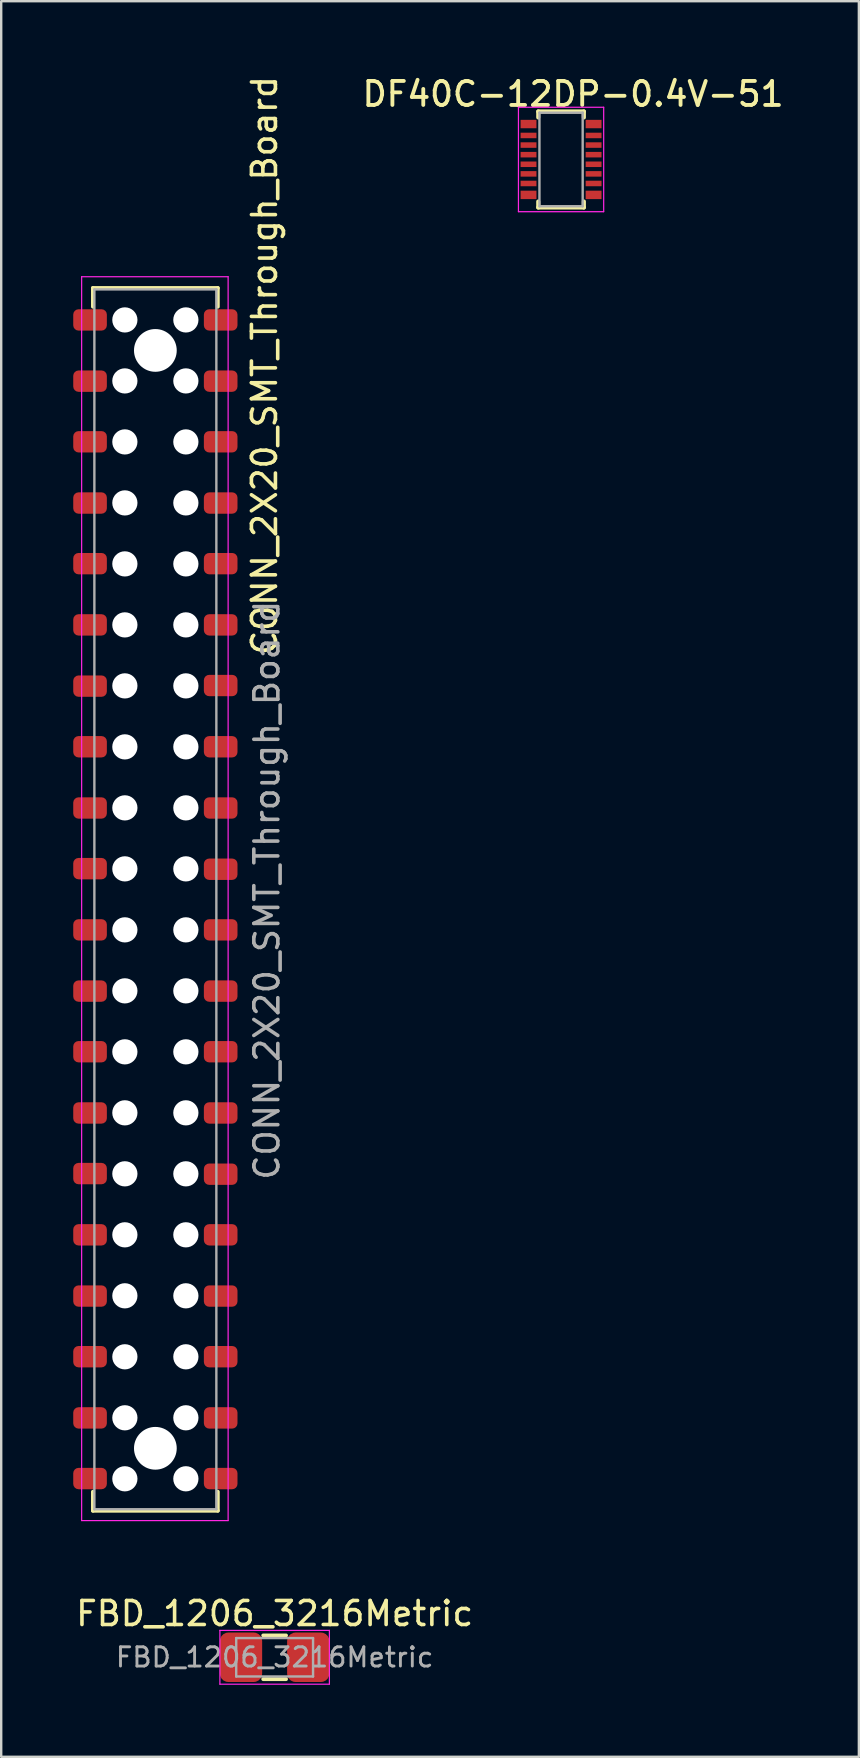
<source format=kicad_pcb>
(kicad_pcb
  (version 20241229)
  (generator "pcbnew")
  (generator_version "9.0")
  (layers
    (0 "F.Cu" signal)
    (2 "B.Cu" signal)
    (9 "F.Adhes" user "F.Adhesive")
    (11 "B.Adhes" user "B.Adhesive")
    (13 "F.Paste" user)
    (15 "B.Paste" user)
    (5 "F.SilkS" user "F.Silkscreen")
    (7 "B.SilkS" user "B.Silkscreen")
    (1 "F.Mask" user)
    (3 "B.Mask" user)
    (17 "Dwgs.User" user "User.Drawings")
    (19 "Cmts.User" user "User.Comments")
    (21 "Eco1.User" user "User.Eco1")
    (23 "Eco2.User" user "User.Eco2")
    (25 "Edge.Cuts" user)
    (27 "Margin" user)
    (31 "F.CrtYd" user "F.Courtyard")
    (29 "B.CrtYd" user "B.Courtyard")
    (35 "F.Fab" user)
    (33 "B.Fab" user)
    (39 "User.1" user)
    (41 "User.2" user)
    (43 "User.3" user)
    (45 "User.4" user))
  (footprint "CONN_2X20_SMT_Through_Board"
    (layer "F.Cu")
    (at 4.69 10.273)
    (property "Reference" "CONN_2X20_SMT_Through_Board" (at 3.275 1.9 90) (layer "F.SilkS") (effects (font (size 1 1) (thickness 0.15))))
    (attr through_hole)
    (fp_line (start -3.87 -1.33) (end -3.87 -0.55) (stroke (width 0.16) (type solid)) (layer "F.SilkS"))
    (fp_line (start -3.87 -1.33) (end 1.33 -1.33) (stroke (width 0.16) (type solid)) (layer "F.SilkS"))
    (fp_line (start -3.87 48.8) (end -3.87 49.59) (stroke (width 0.16) (type solid)) (layer "F.SilkS"))
    (fp_line (start -3.87 49.59) (end 1.33 49.59) (stroke (width 0.16) (type solid)) (layer "F.SilkS"))
    (fp_line (start 1.33 -1.33) (end 1.33 -0.55) (stroke (width 0.16) (type solid)) (layer "F.SilkS"))
    (fp_line (start 1.33 48.8) (end 1.33 49.59) (stroke (width 0.16) (type solid)) (layer "F.SilkS"))
    (fp_line (start -4.34 -1.8) (end 1.76 -1.8) (stroke (width 0.05) (type solid)) (layer "F.CrtYd"))
    (fp_line (start -4.34 50) (end -4.34 -1.8) (stroke (width 0.05) (type solid)) (layer "F.CrtYd"))
    (fp_line (start 1.76 -1.8) (end 1.76 50) (stroke (width 0.05) (type solid)) (layer "F.CrtYd"))
    (fp_line (start 1.76 50) (end -4.34 50) (stroke (width 0.05) (type solid)) (layer "F.CrtYd"))
    (fp_line (start -3.81 -1.27) (end 1.275 -1.27) (stroke (width 0.1) (type solid)) (layer "F.Fab"))
    (fp_line (start -3.81 49.53) (end -3.81 -1.27) (stroke (width 0.1) (type solid)) (layer "F.Fab"))
    (fp_line (start 1.27 -1.27) (end 1.27 49.53) (stroke (width 0.1) (type solid)) (layer "F.Fab"))
    (fp_line (start 1.27 49.53) (end -3.81 49.53) (stroke (width 0.1) (type solid)) (layer "F.Fab"))
    (fp_text user "${REFERENCE}" (at 3.375 23.75 90) (layer "F.Fab") (effects (font (size 1 1) (thickness 0.15))))
    (pad "" np_thru_hole circle (at -2.54 0) (size 1.05 1.05) (drill 1.05) (layers "*.Cu" "*.Mask"))
    (pad "" np_thru_hole circle (at -2.54 2.54) (size 1.05 1.05) (drill 1.05) (layers "*.Cu" "*.Mask"))
    (pad "" np_thru_hole circle (at -2.54 5.08) (size 1.05 1.05) (drill 1.05) (layers "*.Cu" "*.Mask"))
    (pad "" np_thru_hole circle (at -2.54 7.62) (size 1.05 1.05) (drill 1.05) (layers "*.Cu" "*.Mask"))
    (pad "" np_thru_hole circle (at -2.54 10.16) (size 1.05 1.05) (drill 1.05) (layers "*.Cu" "*.Mask"))
    (pad "" np_thru_hole circle (at -2.54 12.7) (size 1.05 1.05) (drill 1.05) (layers "*.Cu" "*.Mask"))
    (pad "" np_thru_hole circle (at -2.54 15.24) (size 1.05 1.05) (drill 1.05) (layers "*.Cu" "*.Mask"))
    (pad "" np_thru_hole circle (at -2.54 17.78) (size 1.05 1.05) (drill 1.05) (layers "*.Cu" "*.Mask"))
    (pad "" np_thru_hole circle (at -2.54 20.32) (size 1.05 1.05) (drill 1.05) (layers "*.Cu" "*.Mask"))
    (pad "" np_thru_hole circle (at -2.54 22.86) (size 1.05 1.05) (drill 1.05) (layers "*.Cu" "*.Mask"))
    (pad "" np_thru_hole circle (at -2.54 25.4) (size 1.05 1.05) (drill 1.05) (layers "*.Cu" "*.Mask"))
    (pad "" np_thru_hole circle (at -2.54 27.94) (size 1.05 1.05) (drill 1.05) (layers "*.Cu" "*.Mask"))
    (pad "" np_thru_hole circle (at -2.54 30.48) (size 1.05 1.05) (drill 1.05) (layers "*.Cu" "*.Mask"))
    (pad "" np_thru_hole circle (at -2.54 33.02) (size 1.05 1.05) (drill 1.05) (layers "*.Cu" "*.Mask"))
    (pad "" np_thru_hole circle (at -2.54 35.56) (size 1.05 1.05) (drill 1.05) (layers "*.Cu" "*.Mask"))
    (pad "" np_thru_hole circle (at -2.54 38.1) (size 1.05 1.05) (drill 1.05) (layers "*.Cu" "*.Mask"))
    (pad "" np_thru_hole circle (at -2.54 40.64) (size 1.05 1.05) (drill 1.05) (layers "*.Cu" "*.Mask"))
    (pad "" np_thru_hole circle (at -2.54 43.18) (size 1.05 1.05) (drill 1.05) (layers "*.Cu" "*.Mask"))
    (pad "" np_thru_hole circle (at -2.54 45.72) (size 1.05 1.05) (drill 1.05) (layers "*.Cu" "*.Mask"))
    (pad "" np_thru_hole circle (at -2.54 48.26) (size 1.05 1.05) (drill 1.05) (layers "*.Cu" "*.Mask"))
    (pad "" np_thru_hole circle (at -1.27 1.27 180) (size 1.78 1.78) (drill 1.78) (layers "*.Cu" "*.Mask"))
    (pad "" np_thru_hole circle (at -1.27 46.99 180) (size 1.78 1.78) (drill 1.78) (layers "*.Cu" "*.Mask"))
    (pad "" np_thru_hole circle (at 0 0) (size 1.05 1.05) (drill 1.05) (layers "*.Cu" "*.Mask"))
    (pad "" np_thru_hole circle (at 0 2.54) (size 1.05 1.05) (drill 1.05) (layers "*.Cu" "*.Mask"))
    (pad "" np_thru_hole circle (at 0 5.08) (size 1.05 1.05) (drill 1.05) (layers "*.Cu" "*.Mask"))
    (pad "" np_thru_hole circle (at 0 7.62) (size 1.05 1.05) (drill 1.05) (layers "*.Cu" "*.Mask"))
    (pad "" np_thru_hole circle (at 0 10.16) (size 1.05 1.05) (drill 1.05) (layers "*.Cu" "*.Mask"))
    (pad "" np_thru_hole circle (at 0 12.7) (size 1.05 1.05) (drill 1.05) (layers "*.Cu" "*.Mask"))
    (pad "" np_thru_hole circle (at 0 15.24) (size 1.05 1.05) (drill 1.05) (layers "*.Cu" "*.Mask"))
    (pad "" np_thru_hole circle (at 0 17.78) (size 1.05 1.05) (drill 1.05) (layers "*.Cu" "*.Mask"))
    (pad "" np_thru_hole circle (at 0 20.32) (size 1.05 1.05) (drill 1.05) (layers "*.Cu" "*.Mask"))
    (pad "" np_thru_hole circle (at 0 22.86) (size 1.05 1.05) (drill 1.05) (layers "*.Cu" "*.Mask"))
    (pad "" np_thru_hole circle (at 0 25.4) (size 1.05 1.05) (drill 1.05) (layers "*.Cu" "*.Mask"))
    (pad "" np_thru_hole circle (at 0 27.94) (size 1.05 1.05) (drill 1.05) (layers "*.Cu" "*.Mask"))
    (pad "" np_thru_hole circle (at 0 30.48) (size 1.05 1.05) (drill 1.05) (layers "*.Cu" "*.Mask"))
    (pad "" np_thru_hole circle (at 0 33.02) (size 1.05 1.05) (drill 1.05) (layers "*.Cu" "*.Mask"))
    (pad "" np_thru_hole circle (at 0 35.56) (size 1.05 1.05) (drill 1.05) (layers "*.Cu" "*.Mask"))
    (pad "" np_thru_hole circle (at 0 38.1) (size 1.05 1.05) (drill 1.05) (layers "*.Cu" "*.Mask"))
    (pad "" np_thru_hole circle (at 0 40.64) (size 1.05 1.05) (drill 1.05) (layers "*.Cu" "*.Mask"))
    (pad "" np_thru_hole circle (at 0 43.18) (size 1.05 1.05) (drill 1.05) (layers "*.Cu" "*.Mask"))
    (pad "" np_thru_hole circle (at 0 45.72) (size 1.05 1.05) (drill 1.05) (layers "*.Cu" "*.Mask"))
    (pad "" np_thru_hole circle (at 0 48.26) (size 1.05 1.05) (drill 1.05) (layers "*.Cu" "*.Mask"))
    (pad "1" smd roundrect (at -3.99 0) (size 1.4 0.89) (layers "F.Cu" "F.Mask" "F.Paste") (roundrect_rratio 0.25))
    (pad "2" smd roundrect (at 1.45 0) (size 1.4 0.89) (layers "F.Cu" "F.Mask" "F.Paste") (roundrect_rratio 0.25))
    (pad "3" smd roundrect (at -3.99 2.55) (size 1.4 0.89) (layers "F.Cu" "F.Mask" "F.Paste") (roundrect_rratio 0.25))
    (pad "4" smd roundrect (at 1.45 2.55) (size 1.4 0.89) (layers "F.Cu" "F.Mask" "F.Paste") (roundrect_rratio 0.25))
    (pad "5" smd roundrect (at -3.99 5.075) (size 1.4 0.89) (layers "F.Cu" "F.Mask" "F.Paste") (roundrect_rratio 0.25))
    (pad "6" smd roundrect (at 1.45 5.075) (size 1.4 0.89) (layers "F.Cu" "F.Mask" "F.Paste") (roundrect_rratio 0.25))
    (pad "7" smd roundrect (at -3.99 7.625) (size 1.4 0.89) (layers "F.Cu" "F.Mask" "F.Paste") (roundrect_rratio 0.25))
    (pad "8" smd roundrect (at 1.45 7.625) (size 1.4 0.89) (layers "F.Cu" "F.Mask" "F.Paste") (roundrect_rratio 0.25))
    (pad "9" smd roundrect (at -3.99 10.15) (size 1.4 0.89) (layers "F.Cu" "F.Mask" "F.Paste") (roundrect_rratio 0.25))
    (pad "10" smd roundrect (at 1.45 10.15) (size 1.4 0.89) (layers "F.Cu" "F.Mask" "F.Paste") (roundrect_rratio 0.25))
    (pad "11" smd roundrect (at -3.99 12.7) (size 1.4 0.89) (layers "F.Cu" "F.Mask" "F.Paste") (roundrect_rratio 0.25))
    (pad "12" smd roundrect (at 1.45 12.7) (size 1.4 0.89) (layers "F.Cu" "F.Mask" "F.Paste") (roundrect_rratio 0.25))
    (pad "13" smd roundrect (at -3.99 15.25) (size 1.4 0.89) (layers "F.Cu" "F.Mask" "F.Paste") (roundrect_rratio 0.25))
    (pad "14" smd roundrect (at 1.45 15.225) (size 1.4 0.89) (layers "F.Cu" "F.Mask" "F.Paste") (roundrect_rratio 0.25))
    (pad "15" smd roundrect (at -3.99 17.775) (size 1.4 0.89) (layers "F.Cu" "F.Mask" "F.Paste") (roundrect_rratio 0.25))
    (pad "16" smd roundrect (at 1.45 17.775) (size 1.4 0.89) (layers "F.Cu" "F.Mask" "F.Paste") (roundrect_rratio 0.25))
    (pad "17" smd roundrect (at -3.99 20.325) (size 1.4 0.89) (layers "F.Cu" "F.Mask" "F.Paste") (roundrect_rratio 0.25))
    (pad "18" smd roundrect (at 1.45 20.325) (size 1.4 0.89) (layers "F.Cu" "F.Mask" "F.Paste") (roundrect_rratio 0.25))
    (pad "19" smd roundrect (at -3.99 22.85) (size 1.4 0.89) (layers "F.Cu" "F.Mask" "F.Paste") (roundrect_rratio 0.25))
    (pad "20" smd roundrect (at 1.45 22.875) (size 1.4 0.89) (layers "F.Cu" "F.Mask" "F.Paste") (roundrect_rratio 0.25))
    (pad "21" smd roundrect (at -3.99 25.4) (size 1.4 0.89) (layers "F.Cu" "F.Mask" "F.Paste") (roundrect_rratio 0.25))
    (pad "22" smd roundrect (at 1.45 25.4) (size 1.4 0.89) (layers "F.Cu" "F.Mask" "F.Paste") (roundrect_rratio 0.25))
    (pad "23" smd roundrect (at -3.99 27.95) (size 1.4 0.89) (layers "F.Cu" "F.Mask" "F.Paste") (roundrect_rratio 0.25))
    (pad "24" smd roundrect (at 1.45 27.95) (size 1.4 0.89) (layers "F.Cu" "F.Mask" "F.Paste") (roundrect_rratio 0.25))
    (pad "25" smd roundrect (at -3.99 30.475) (size 1.4 0.89) (layers "F.Cu" "F.Mask" "F.Paste") (roundrect_rratio 0.25))
    (pad "26" smd roundrect (at 1.45 30.475) (size 1.4 0.89) (layers "F.Cu" "F.Mask" "F.Paste") (roundrect_rratio 0.25))
    (pad "27" smd roundrect (at -3.99 33.025) (size 1.4 0.89) (layers "F.Cu" "F.Mask" "F.Paste") (roundrect_rratio 0.25))
    (pad "28" smd roundrect (at 1.45 33.025) (size 1.4 0.89) (layers "F.Cu" "F.Mask" "F.Paste") (roundrect_rratio 0.25))
    (pad "29" smd roundrect (at -3.99 35.55) (size 1.4 0.89) (layers "F.Cu" "F.Mask" "F.Paste") (roundrect_rratio 0.25))
    (pad "30" smd roundrect (at 1.45 35.575) (size 1.4 0.89) (layers "F.Cu" "F.Mask" "F.Paste") (roundrect_rratio 0.25))
    (pad "31" smd roundrect (at -3.99 38.1) (size 1.4 0.89) (layers "F.Cu" "F.Mask" "F.Paste") (roundrect_rratio 0.25))
    (pad "32" smd roundrect (at 1.45 38.1) (size 1.4 0.89) (layers "F.Cu" "F.Mask" "F.Paste") (roundrect_rratio 0.25))
    (pad "33" smd roundrect (at -3.99 40.65) (size 1.4 0.89) (layers "F.Cu" "F.Mask" "F.Paste") (roundrect_rratio 0.25))
    (pad "34" smd roundrect (at 1.45 40.65) (size 1.4 0.89) (layers "F.Cu" "F.Mask" "F.Paste") (roundrect_rratio 0.25))
    (pad "35" smd roundrect (at -3.99 43.175) (size 1.4 0.89) (layers "F.Cu" "F.Mask" "F.Paste") (roundrect_rratio 0.25))
    (pad "36" smd roundrect (at 1.45 43.175) (size 1.4 0.89) (layers "F.Cu" "F.Mask" "F.Paste") (roundrect_rratio 0.25))
    (pad "37" smd roundrect (at -3.99 45.725) (size 1.4 0.89) (layers "F.Cu" "F.Mask" "F.Paste") (roundrect_rratio 0.25))
    (pad "38" smd roundrect (at 1.45 45.725) (size 1.4 0.89) (layers "F.Cu" "F.Mask" "F.Paste") (roundrect_rratio 0.25))
    (pad "39" smd roundrect (at -3.99 48.25) (size 1.4 0.89) (layers "F.Cu" "F.Mask" "F.Paste") (roundrect_rratio 0.25))
    (pad "40" smd roundrect (at 1.45 48.25) (size 1.4 0.89) (layers "F.Cu" "F.Mask" "F.Paste") (roundrect_rratio 0.25)))
  (footprint "FBD_1206_3216Metric"
    (layer "F.Cu")
    (at 8.387 65.966)
    (property "Reference" "FBD_1206_3216Metric" (at 0 -1.82 0) (layer "F.SilkS") (effects (font (size 1 1) (thickness 0.15))))
    (attr smd)
    (fp_line (start -0.475 -0.91) (end 0.475 -0.91) (stroke (width 0.16) (type solid)) (layer "F.SilkS"))
    (fp_line (start -0.475 0.91) (end 0.475 0.91) (stroke (width 0.16) (type solid)) (layer "F.SilkS"))
    (fp_line (start -2.28 -1.12) (end 2.28 -1.12) (stroke (width 0.05) (type solid)) (layer "F.CrtYd"))
    (fp_line (start -2.28 1.12) (end -2.28 -1.12) (stroke (width 0.05) (type solid)) (layer "F.CrtYd"))
    (fp_line (start 2.28 -1.12) (end 2.28 1.12) (stroke (width 0.05) (type solid)) (layer "F.CrtYd"))
    (fp_line (start 2.28 1.12) (end -2.28 1.12) (stroke (width 0.05) (type solid)) (layer "F.CrtYd"))
    (fp_line (start -1.6 -0.8) (end 1.6 -0.8) (stroke (width 0.1) (type solid)) (layer "F.Fab"))
    (fp_line (start -1.6 0.8) (end -1.6 -0.8) (stroke (width 0.1) (type solid)) (layer "F.Fab"))
    (fp_line (start 1.6 -0.8) (end 1.6 0.8) (stroke (width 0.1) (type solid)) (layer "F.Fab"))
    (fp_line (start 1.6 0.8) (end -1.6 0.8) (stroke (width 0.1) (type solid)) (layer "F.Fab"))
    (fp_text user "${REFERENCE}" (at 0 0 0) (layer "F.Fab") (effects (font (size 0.8 0.8) (thickness 0.12))))
    (pad "1" smd roundrect (at -1.4 0) (size 1.76 2.06) (layers "F.Cu" "F.Mask" "F.Paste") (roundrect_rratio 0.2))
    (pad "2" smd roundrect (at 1.4 0) (size 1.76 2.06) (layers "F.Cu" "F.Mask" "F.Paste") (roundrect_rratio 0.2)))
  (footprint "DF40C-12DP-0.4V-51"
    (layer "F.Cu")
    (at 20.315 3.591)
    (property "Reference" "DF40C-12DP-0.4V-51" (at 0.5 -2.725 0) (layer "F.SilkS") (effects (font (size 1 1) (thickness 0.16))))
    (attr smd)
    (fp_line (start -0.95 -2) (end -0.95 -1.75) (stroke (width 0.17) (type solid)) (layer "F.SilkS"))
    (fp_line (start -0.95 -2) (end 0.95 -2) (stroke (width 0.17) (type solid)) (layer "F.SilkS"))
    (fp_line (start -0.95 2) (end -0.95 1.75) (stroke (width 0.17) (type solid)) (layer "F.SilkS"))
    (fp_line (start -0.95 2) (end 0.95 2) (stroke (width 0.17) (type solid)) (layer "F.SilkS"))
    (fp_line (start 0.95 -2) (end 0.95 -1.75) (stroke (width 0.17) (type solid)) (layer "F.SilkS"))
    (fp_line (start 0.95 2) (end 0.95 1.75) (stroke (width 0.17) (type solid)) (layer "F.SilkS"))
    (fp_line (start -1.775 -2.175) (end -1.775 2.175) (stroke (width 0.05) (type solid)) (layer "F.CrtYd"))
    (fp_line (start -1.775 2.175) (end 1.775 2.175) (stroke (width 0.05) (type solid)) (layer "F.CrtYd"))
    (fp_line (start 1.775 -2.175) (end -1.775 -2.175) (stroke (width 0.05) (type solid)) (layer "F.CrtYd"))
    (fp_line (start 1.775 2.175) (end 1.775 -2.175) (stroke (width 0.05) (type solid)) (layer "F.CrtYd"))
    (fp_line (start -0.9 1.95) (end -0.9 -1.95) (stroke (width 0.1) (type solid)) (layer "F.Fab"))
    (fp_line (start 0.9 -1.95) (end -0.9 -1.95) (stroke (width 0.1) (type solid)) (layer "F.Fab"))
    (fp_line (start 0.9 -1.95) (end 0.9 1.95) (stroke (width 0.1) (type solid)) (layer "F.Fab"))
    (fp_line (start 0.9 1.95) (end -0.9 1.95) (stroke (width 0.1) (type solid)) (layer "F.Fab"))
    (pad "1" smd rect (at -1.355 -1.475) (size 0.66 0.35) (layers "F.Cu" "F.Mask" "F.Paste"))
    (pad "2" smd rect (at 1.355 -1.475) (size 0.66 0.35) (layers "F.Cu" "F.Mask" "F.Paste"))
    (pad "3" smd rect (at -1.355 -1) (size 0.66 0.23) (layers "F.Cu" "F.Mask" "F.Paste"))
    (pad "4" smd rect (at 1.355 -1) (size 0.66 0.23) (layers "F.Cu" "F.Mask" "F.Paste"))
    (pad "5" smd rect (at -1.355 -0.6) (size 0.66 0.23) (layers "F.Cu" "F.Mask" "F.Paste"))
    (pad "6" smd rect (at 1.355 -0.6) (size 0.66 0.23) (layers "F.Cu" "F.Mask" "F.Paste"))
    (pad "7" smd rect (at -1.355 -0.2) (size 0.66 0.23) (layers "F.Cu" "F.Mask" "F.Paste"))
    (pad "8" smd rect (at 1.355 -0.2) (size 0.66 0.23) (layers "F.Cu" "F.Mask" "F.Paste"))
    (pad "9" smd rect (at -1.355 0.2) (size 0.66 0.23) (layers "F.Cu" "F.Mask" "F.Paste"))
    (pad "10" smd rect (at 1.355 0.2) (size 0.66 0.23) (layers "F.Cu" "F.Mask" "F.Paste"))
    (pad "11" smd rect (at -1.355 0.6) (size 0.66 0.23) (layers "F.Cu" "F.Mask" "F.Paste"))
    (pad "12" smd rect (at 1.355 0.6) (size 0.66 0.23) (layers "F.Cu" "F.Mask" "F.Paste"))
    (pad "13" smd rect (at -1.355 1) (size 0.66 0.23) (layers "F.Cu" "F.Mask" "F.Paste"))
    (pad "14" smd rect (at 1.355 1) (size 0.66 0.23) (layers "F.Cu" "F.Mask" "F.Paste"))
    (pad "15" smd rect (at -1.355 1.475) (size 0.66 0.35) (layers "F.Cu" "F.Mask" "F.Paste"))
    (pad "16" smd rect (at 1.355 1.475) (size 0.66 0.35) (layers "F.Cu" "F.Mask" "F.Paste")))
  (gr_rect
    (start -3 -3)
    (end 32.717 70.111)
    (stroke (width 0.1) (type default))
    (fill no)
    (layer "Edge.Cuts")))
</source>
